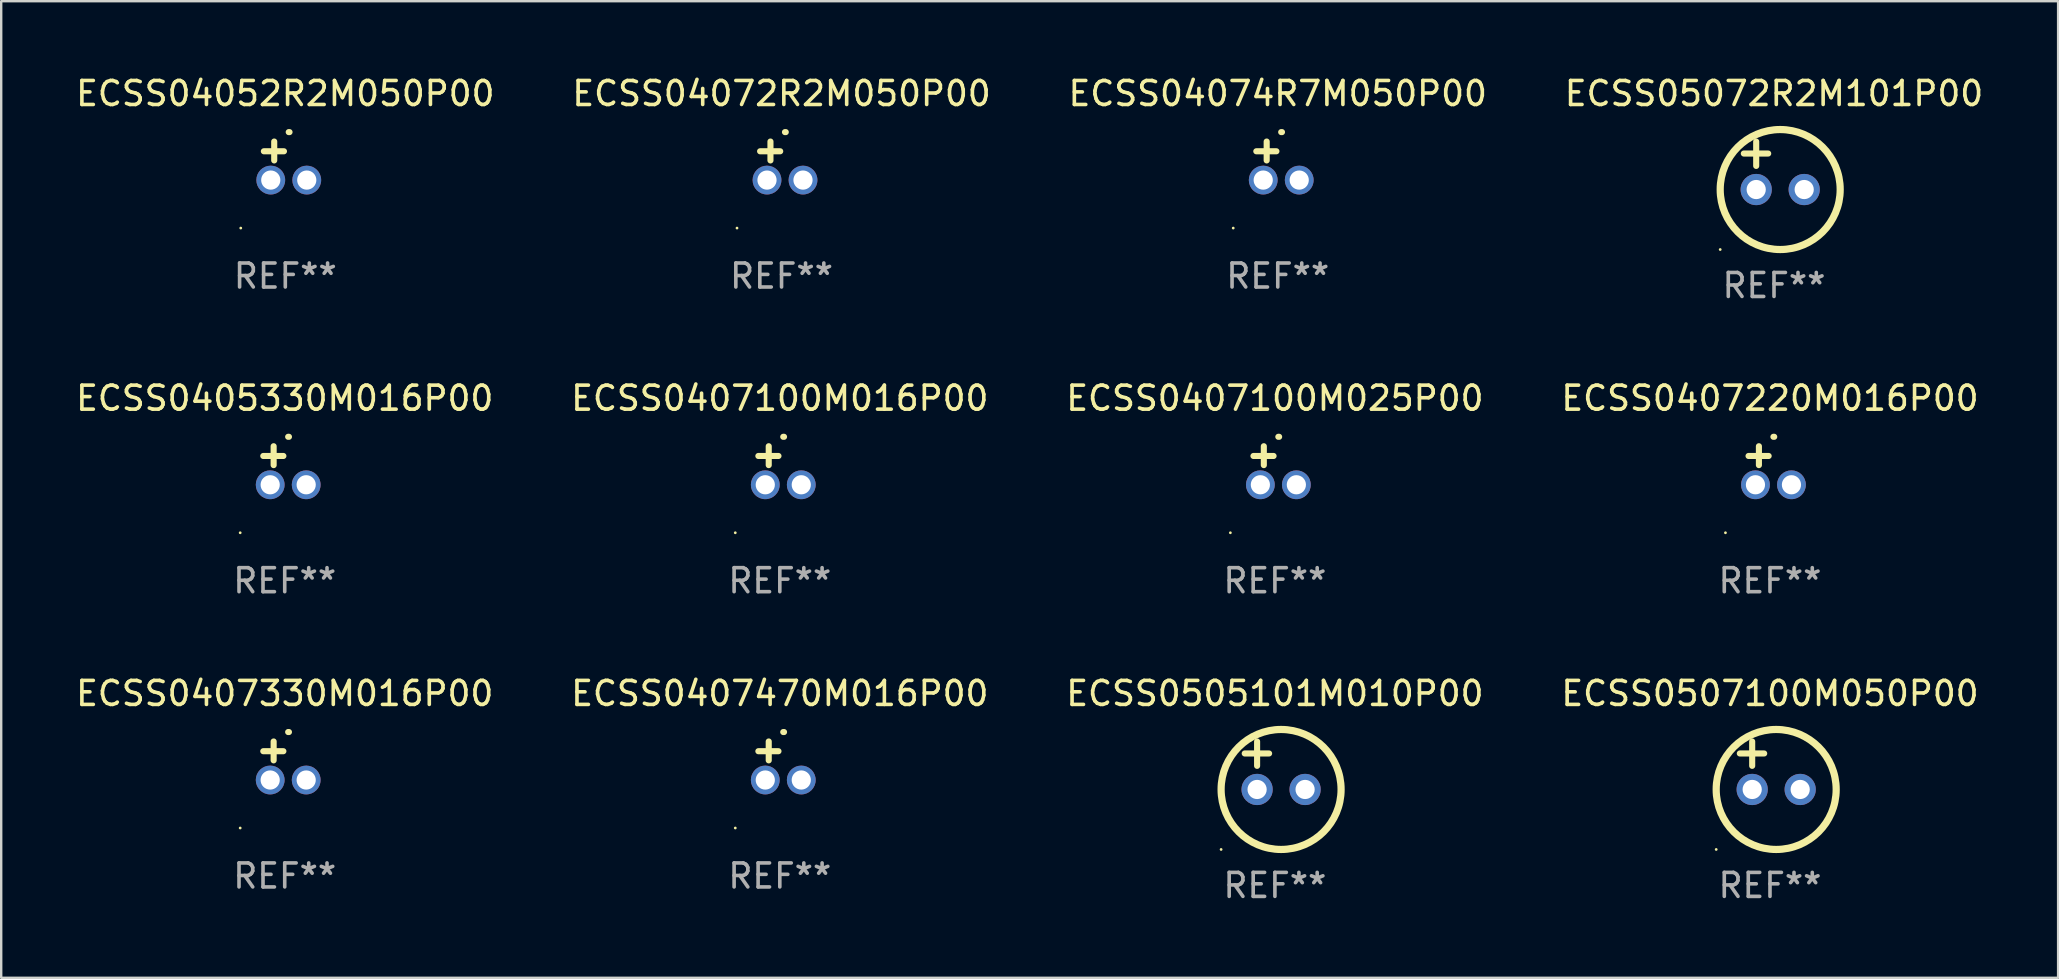
<source format=kicad_pcb>
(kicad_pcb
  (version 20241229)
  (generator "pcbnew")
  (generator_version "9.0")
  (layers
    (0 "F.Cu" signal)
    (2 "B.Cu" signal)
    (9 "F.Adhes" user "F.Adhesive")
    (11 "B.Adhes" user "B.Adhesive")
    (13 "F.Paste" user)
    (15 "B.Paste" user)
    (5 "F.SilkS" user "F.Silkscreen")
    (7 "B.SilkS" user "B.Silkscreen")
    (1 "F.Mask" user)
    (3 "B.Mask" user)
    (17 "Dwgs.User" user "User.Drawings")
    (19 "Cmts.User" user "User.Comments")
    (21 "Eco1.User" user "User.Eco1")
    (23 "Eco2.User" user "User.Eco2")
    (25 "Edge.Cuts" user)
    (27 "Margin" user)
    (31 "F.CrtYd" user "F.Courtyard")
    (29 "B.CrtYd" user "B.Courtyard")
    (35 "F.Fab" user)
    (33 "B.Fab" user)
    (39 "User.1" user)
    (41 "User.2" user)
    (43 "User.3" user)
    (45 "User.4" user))
  (footprint "ECSS0505101M010P00"
    (layer "F.Cu")
    (at 50.077 28.848)
    (property "Reference" "ECSS0505101M010P00" (at 0 -3 0) (layer "F.SilkS") (effects (font (size 1 1) (thickness 0.15))))
    (attr through_hole)
    (fp_line (start -1.258 -0.5) (end -0.242 -0.5) (stroke (width 0.254) (type solid)) (layer "F.SilkS"))
    (fp_line (start -0.742 -1) (end -0.742 0.016) (stroke (width 0.254) (type solid)) (layer "F.SilkS"))
    (fp_circle (center -2.242 3.5) (end -2.212 3.5) (stroke (width 0.06) (type solid)) (fill no) (layer "F.SilkS"))
    (fp_circle (center 0.258 1) (end 2.758 1) (stroke (width 0.3) (type solid)) (fill no) (layer "F.SilkS"))
    (fp_text user "REF**" (at 0 5 0) (layer "F.Fab") (effects (font (size 1 1) (thickness 0.15))))
    (pad "1" thru_hole circle (at -0.742 1) (size 1.3 1.3) (drill 0.8) (layers "*.Cu" "*.Mask"))
    (pad "2" thru_hole circle (at 1.258 1) (size 1.3 1.3) (drill 0.8) (layers "*.Cu" "*.Mask")))
  (footprint "ECSS05072R2M101P00"
    (layer "F.Cu")
    (at 70.875 3.848)
    (property "Reference" "ECSS05072R2M101P00" (at 0 -3 0) (layer "F.SilkS") (effects (font (size 1 1) (thickness 0.15))))
    (attr through_hole)
    (fp_line (start -1.258 -0.5) (end -0.242 -0.5) (stroke (width 0.254) (type solid)) (layer "F.SilkS"))
    (fp_line (start -0.742 -1) (end -0.742 0.016) (stroke (width 0.254) (type solid)) (layer "F.SilkS"))
    (fp_circle (center -2.242 3.5) (end -2.212 3.5) (stroke (width 0.06) (type solid)) (fill no) (layer "F.SilkS"))
    (fp_circle (center 0.258 1) (end 2.758 1) (stroke (width 0.3) (type solid)) (fill no) (layer "F.SilkS"))
    (fp_text user "REF**" (at 0 5 0) (layer "F.Fab") (effects (font (size 1 1) (thickness 0.15))))
    (pad "1" thru_hole circle (at -0.742 1) (size 1.3 1.3) (drill 0.8) (layers "*.Cu" "*.Mask"))
    (pad "2" thru_hole circle (at 1.258 1) (size 1.3 1.3) (drill 0.8) (layers "*.Cu" "*.Mask")))
  (footprint "ECSS0407330M016P00"
    (layer "F.Cu")
    (at 8.815 28.651)
    (property "Reference" "ECSS0407330M016P00" (at 0 -2.803 0) (layer "F.SilkS") (effects (font (size 1 1) (thickness 0.15))))
    (attr through_hole)
    (fp_line (start -0.462 -0.016) (end -0.462 -0.803) (stroke (width 0.254) (type solid)) (layer "F.SilkS"))
    (fp_line (start -0.056 -0.397) (end -0.894 -0.397) (stroke (width 0.254) (type solid)) (layer "F.SilkS"))
    (fp_arc (start 0.142799 -1.195784) (mid 0.159309 -1.195852) (end 0.175819 -1.195784) (stroke (width 0.254001) (type solid)) (layer "F.SilkS"))
    (fp_circle (center -1.856 2.803) (end -1.826 2.803) (stroke (width 0.06) (type solid)) (fill no) (layer "F.SilkS"))
    (fp_text user "REF**" (at 0 4.803 0) (layer "F.Fab") (effects (font (size 1 1) (thickness 0.15))))
    (pad "1" thru_hole circle (at -0.606 0.803) (size 1.2 1.2) (drill 0.8) (layers "*.Cu" "*.Mask"))
    (pad "2" thru_hole circle (at 0.894 0.803) (size 1.2 1.2) (drill 0.8) (layers "*.Cu" "*.Mask")))
  (footprint "ECSS0407100M016P00"
    (layer "F.Cu")
    (at 29.446 16.348)
    (property "Reference" "ECSS0407100M016P00" (at 0 -2.803 0) (layer "F.SilkS") (effects (font (size 1 1) (thickness 0.15))))
    (attr through_hole)
    (fp_line (start -0.462 -0.016) (end -0.462 -0.803) (stroke (width 0.254) (type solid)) (layer "F.SilkS"))
    (fp_line (start -0.056 -0.397) (end -0.894 -0.397) (stroke (width 0.254) (type solid)) (layer "F.SilkS"))
    (fp_arc (start 0.142799 -1.195784) (mid 0.159309 -1.195852) (end 0.175819 -1.195784) (stroke (width 0.254001) (type solid)) (layer "F.SilkS"))
    (fp_circle (center -1.856 2.803) (end -1.826 2.803) (stroke (width 0.06) (type solid)) (fill no) (layer "F.SilkS"))
    (fp_text user "REF**" (at 0 4.803 0) (layer "F.Fab") (effects (font (size 1 1) (thickness 0.15))))
    (pad "1" thru_hole circle (at -0.606 0.803) (size 1.2 1.2) (drill 0.8) (layers "*.Cu" "*.Mask"))
    (pad "2" thru_hole circle (at 0.894 0.803) (size 1.2 1.2) (drill 0.8) (layers "*.Cu" "*.Mask")))
  (footprint "ECSS04052R2M050P00"
    (layer "F.Cu")
    (at 8.839 3.651)
    (property "Reference" "ECSS04052R2M050P00" (at 0 -2.803 0) (layer "F.SilkS") (effects (font (size 1 1) (thickness 0.15))))
    (attr through_hole)
    (fp_line (start -0.462 -0.016) (end -0.462 -0.803) (stroke (width 0.254) (type solid)) (layer "F.SilkS"))
    (fp_line (start -0.056 -0.397) (end -0.894 -0.397) (stroke (width 0.254) (type solid)) (layer "F.SilkS"))
    (fp_arc (start 0.142799 -1.195784) (mid 0.159309 -1.195852) (end 0.175819 -1.195784) (stroke (width 0.254001) (type solid)) (layer "F.SilkS"))
    (fp_circle (center -1.856 2.803) (end -1.826 2.803) (stroke (width 0.06) (type solid)) (fill no) (layer "F.SilkS"))
    (fp_text user "REF**" (at 0 4.803 0) (layer "F.Fab") (effects (font (size 1 1) (thickness 0.15))))
    (pad "1" thru_hole circle (at -0.606 0.803) (size 1.2 1.2) (drill 0.8) (layers "*.Cu" "*.Mask"))
    (pad "2" thru_hole circle (at 0.894 0.803) (size 1.2 1.2) (drill 0.8) (layers "*.Cu" "*.Mask")))
  (footprint "ECSS0407470M016P00"
    (layer "F.Cu")
    (at 29.446 28.651)
    (property "Reference" "ECSS0407470M016P00" (at 0 -2.803 0) (layer "F.SilkS") (effects (font (size 1 1) (thickness 0.15))))
    (attr through_hole)
    (fp_line (start -0.462 -0.016) (end -0.462 -0.803) (stroke (width 0.254) (type solid)) (layer "F.SilkS"))
    (fp_line (start -0.056 -0.397) (end -0.894 -0.397) (stroke (width 0.254) (type solid)) (layer "F.SilkS"))
    (fp_arc (start 0.142799 -1.195784) (mid 0.159309 -1.195852) (end 0.175819 -1.195784) (stroke (width 0.254001) (type solid)) (layer "F.SilkS"))
    (fp_circle (center -1.856 2.803) (end -1.826 2.803) (stroke (width 0.06) (type solid)) (fill no) (layer "F.SilkS"))
    (fp_text user "REF**" (at 0 4.803 0) (layer "F.Fab") (effects (font (size 1 1) (thickness 0.15))))
    (pad "1" thru_hole circle (at -0.606 0.803) (size 1.2 1.2) (drill 0.8) (layers "*.Cu" "*.Mask"))
    (pad "2" thru_hole circle (at 0.894 0.803) (size 1.2 1.2) (drill 0.8) (layers "*.Cu" "*.Mask")))
  (footprint "ECSS0407100M025P00"
    (layer "F.Cu")
    (at 50.077 16.348)
    (property "Reference" "ECSS0407100M025P00" (at 0 -2.803 0) (layer "F.SilkS") (effects (font (size 1 1) (thickness 0.15))))
    (attr through_hole)
    (fp_line (start -0.462 -0.016) (end -0.462 -0.803) (stroke (width 0.254) (type solid)) (layer "F.SilkS"))
    (fp_line (start -0.056 -0.397) (end -0.894 -0.397) (stroke (width 0.254) (type solid)) (layer "F.SilkS"))
    (fp_arc (start 0.142799 -1.195784) (mid 0.159309 -1.195852) (end 0.175819 -1.195784) (stroke (width 0.254001) (type solid)) (layer "F.SilkS"))
    (fp_circle (center -1.856 2.803) (end -1.826 2.803) (stroke (width 0.06) (type solid)) (fill no) (layer "F.SilkS"))
    (fp_text user "REF**" (at 0 4.803 0) (layer "F.Fab") (effects (font (size 1 1) (thickness 0.15))))
    (pad "1" thru_hole circle (at -0.606 0.803) (size 1.2 1.2) (drill 0.8) (layers "*.Cu" "*.Mask"))
    (pad "2" thru_hole circle (at 0.894 0.803) (size 1.2 1.2) (drill 0.8) (layers "*.Cu" "*.Mask")))
  (footprint "ECSS0405330M016P00"
    (layer "F.Cu")
    (at 8.815 16.348)
    (property "Reference" "ECSS0405330M016P00" (at 0 -2.803 0) (layer "F.SilkS") (effects (font (size 1 1) (thickness 0.15))))
    (attr through_hole)
    (fp_line (start -0.462 -0.016) (end -0.462 -0.803) (stroke (width 0.254) (type solid)) (layer "F.SilkS"))
    (fp_line (start -0.056 -0.397) (end -0.894 -0.397) (stroke (width 0.254) (type solid)) (layer "F.SilkS"))
    (fp_arc (start 0.142799 -1.195784) (mid 0.159309 -1.195852) (end 0.175819 -1.195784) (stroke (width 0.254001) (type solid)) (layer "F.SilkS"))
    (fp_circle (center -1.856 2.803) (end -1.826 2.803) (stroke (width 0.06) (type solid)) (fill no) (layer "F.SilkS"))
    (fp_text user "REF**" (at 0 4.803 0) (layer "F.Fab") (effects (font (size 1 1) (thickness 0.15))))
    (pad "1" thru_hole circle (at -0.606 0.803) (size 1.2 1.2) (drill 0.8) (layers "*.Cu" "*.Mask"))
    (pad "2" thru_hole circle (at 0.894 0.803) (size 1.2 1.2) (drill 0.8) (layers "*.Cu" "*.Mask")))
  (footprint "ECSS04074R7M050P00"
    (layer "F.Cu")
    (at 50.196 3.651)
    (property "Reference" "ECSS04074R7M050P00" (at 0 -2.803 0) (layer "F.SilkS") (effects (font (size 1 1) (thickness 0.15))))
    (attr through_hole)
    (fp_line (start -0.462 -0.016) (end -0.462 -0.803) (stroke (width 0.254) (type solid)) (layer "F.SilkS"))
    (fp_line (start -0.056 -0.397) (end -0.894 -0.397) (stroke (width 0.254) (type solid)) (layer "F.SilkS"))
    (fp_arc (start 0.142799 -1.195784) (mid 0.159309 -1.195852) (end 0.175819 -1.195784) (stroke (width 0.254001) (type solid)) (layer "F.SilkS"))
    (fp_circle (center -1.856 2.803) (end -1.826 2.803) (stroke (width 0.06) (type solid)) (fill no) (layer "F.SilkS"))
    (fp_text user "REF**" (at 0 4.803 0) (layer "F.Fab") (effects (font (size 1 1) (thickness 0.15))))
    (pad "1" thru_hole circle (at -0.606 0.803) (size 1.2 1.2) (drill 0.8) (layers "*.Cu" "*.Mask"))
    (pad "2" thru_hole circle (at 0.894 0.803) (size 1.2 1.2) (drill 0.8) (layers "*.Cu" "*.Mask")))
  (footprint "ECSS0507100M050P00"
    (layer "F.Cu")
    (at 70.708 28.848)
    (property "Reference" "ECSS0507100M050P00" (at 0 -3 0) (layer "F.SilkS") (effects (font (size 1 1) (thickness 0.15))))
    (attr through_hole)
    (fp_line (start -1.258 -0.5) (end -0.242 -0.5) (stroke (width 0.254) (type solid)) (layer "F.SilkS"))
    (fp_line (start -0.742 -1) (end -0.742 0.016) (stroke (width 0.254) (type solid)) (layer "F.SilkS"))
    (fp_circle (center -2.242 3.5) (end -2.212 3.5) (stroke (width 0.06) (type solid)) (fill no) (layer "F.SilkS"))
    (fp_circle (center 0.258 1) (end 2.758 1) (stroke (width 0.3) (type solid)) (fill no) (layer "F.SilkS"))
    (fp_text user "REF**" (at 0 5 0) (layer "F.Fab") (effects (font (size 1 1) (thickness 0.15))))
    (pad "1" thru_hole circle (at -0.742 1) (size 1.3 1.3) (drill 0.8) (layers "*.Cu" "*.Mask"))
    (pad "2" thru_hole circle (at 1.258 1) (size 1.3 1.3) (drill 0.8) (layers "*.Cu" "*.Mask")))
  (footprint "ECSS04072R2M050P00"
    (layer "F.Cu")
    (at 29.518 3.651)
    (property "Reference" "ECSS04072R2M050P00" (at 0 -2.803 0) (layer "F.SilkS") (effects (font (size 1 1) (thickness 0.15))))
    (attr through_hole)
    (fp_line (start -0.462 -0.016) (end -0.462 -0.803) (stroke (width 0.254) (type solid)) (layer "F.SilkS"))
    (fp_line (start -0.056 -0.397) (end -0.894 -0.397) (stroke (width 0.254) (type solid)) (layer "F.SilkS"))
    (fp_arc (start 0.142799 -1.195784) (mid 0.159309 -1.195852) (end 0.175819 -1.195784) (stroke (width 0.254001) (type solid)) (layer "F.SilkS"))
    (fp_circle (center -1.856 2.803) (end -1.826 2.803) (stroke (width 0.06) (type solid)) (fill no) (layer "F.SilkS"))
    (fp_text user "REF**" (at 0 4.803 0) (layer "F.Fab") (effects (font (size 1 1) (thickness 0.15))))
    (pad "1" thru_hole circle (at -0.606 0.803) (size 1.2 1.2) (drill 0.8) (layers "*.Cu" "*.Mask"))
    (pad "2" thru_hole circle (at 0.894 0.803) (size 1.2 1.2) (drill 0.8) (layers "*.Cu" "*.Mask")))
  (footprint "ECSS0407220M016P00"
    (layer "F.Cu")
    (at 70.708 16.348)
    (property "Reference" "ECSS0407220M016P00" (at 0 -2.803 0) (layer "F.SilkS") (effects (font (size 1 1) (thickness 0.15))))
    (attr through_hole)
    (fp_line (start -0.462 -0.016) (end -0.462 -0.803) (stroke (width 0.254) (type solid)) (layer "F.SilkS"))
    (fp_line (start -0.056 -0.397) (end -0.894 -0.397) (stroke (width 0.254) (type solid)) (layer "F.SilkS"))
    (fp_arc (start 0.142799 -1.195784) (mid 0.159309 -1.195852) (end 0.175819 -1.195784) (stroke (width 0.254001) (type solid)) (layer "F.SilkS"))
    (fp_circle (center -1.856 2.803) (end -1.826 2.803) (stroke (width 0.06) (type solid)) (fill no) (layer "F.SilkS"))
    (fp_text user "REF**" (at 0 4.803 0) (layer "F.Fab") (effects (font (size 1 1) (thickness 0.15))))
    (pad "1" thru_hole circle (at -0.606 0.803) (size 1.2 1.2) (drill 0.8) (layers "*.Cu" "*.Mask"))
    (pad "2" thru_hole circle (at 0.894 0.803) (size 1.2 1.2) (drill 0.8) (layers "*.Cu" "*.Mask")))
  (gr_rect
    (start -3 -3)
    (end 82.714 37.696)
    (stroke (width 0.1) (type default))
    (fill no)
    (layer "Edge.Cuts")))
</source>
